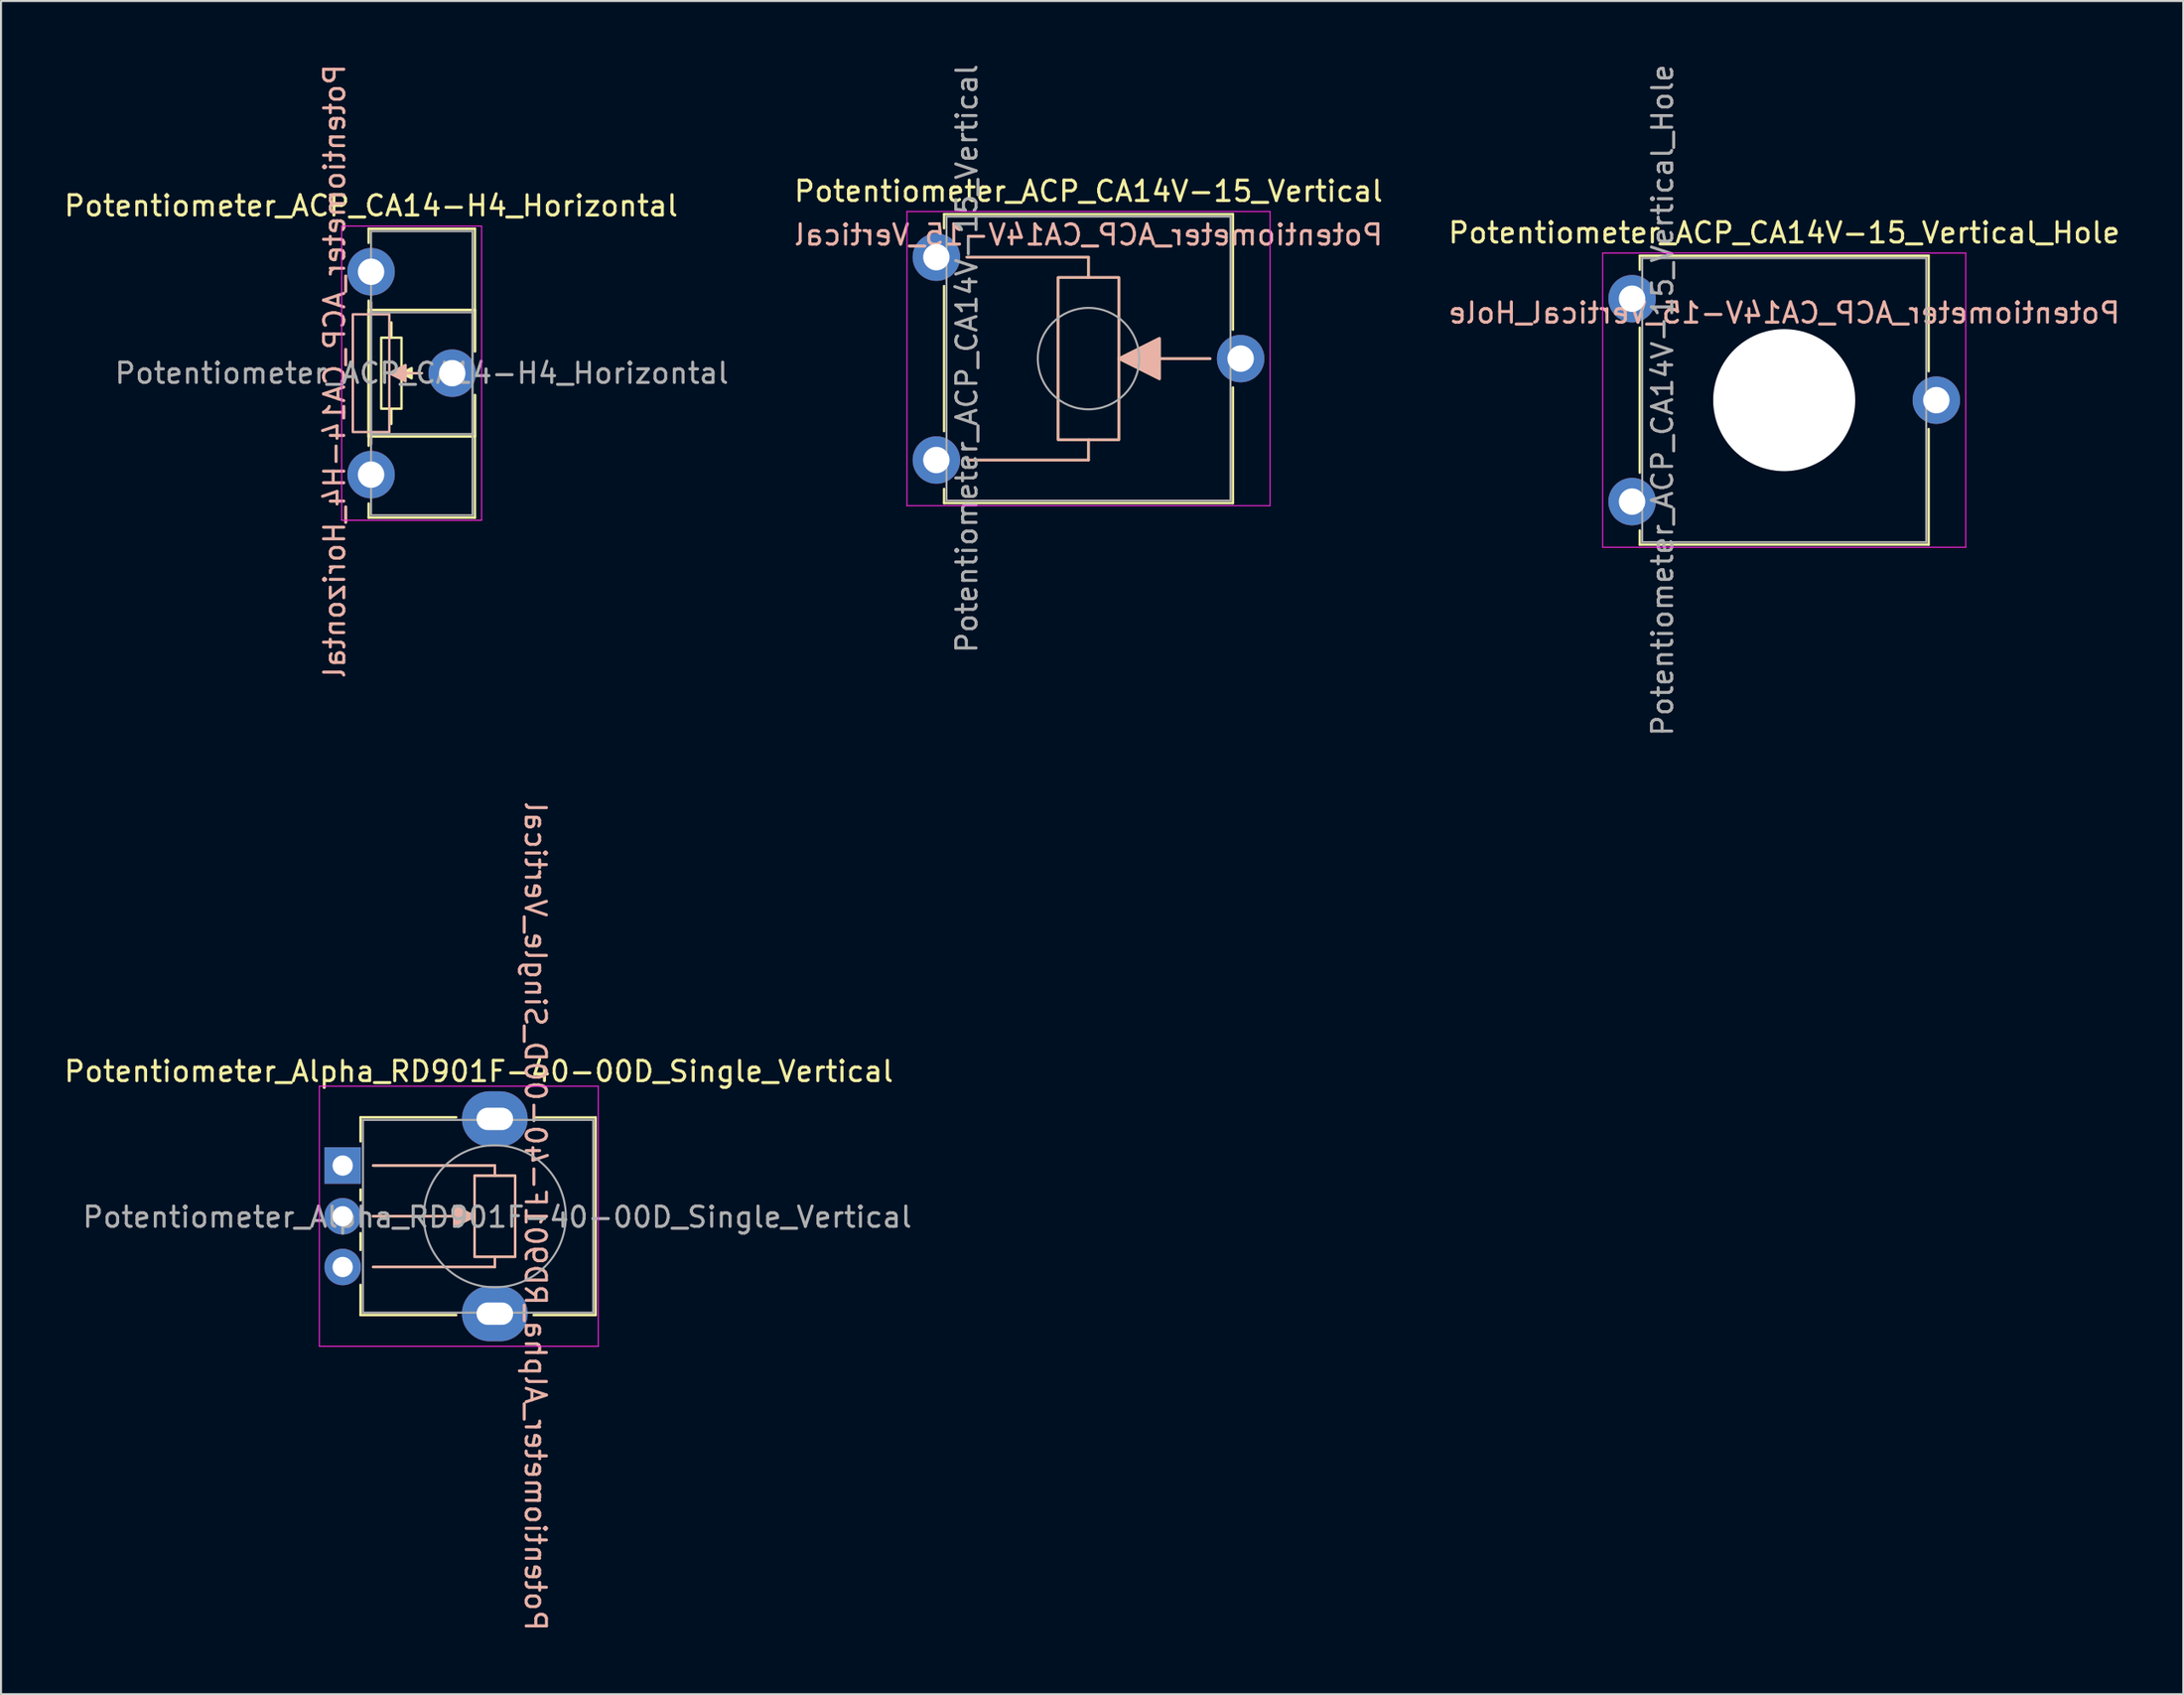
<source format=kicad_pcb>
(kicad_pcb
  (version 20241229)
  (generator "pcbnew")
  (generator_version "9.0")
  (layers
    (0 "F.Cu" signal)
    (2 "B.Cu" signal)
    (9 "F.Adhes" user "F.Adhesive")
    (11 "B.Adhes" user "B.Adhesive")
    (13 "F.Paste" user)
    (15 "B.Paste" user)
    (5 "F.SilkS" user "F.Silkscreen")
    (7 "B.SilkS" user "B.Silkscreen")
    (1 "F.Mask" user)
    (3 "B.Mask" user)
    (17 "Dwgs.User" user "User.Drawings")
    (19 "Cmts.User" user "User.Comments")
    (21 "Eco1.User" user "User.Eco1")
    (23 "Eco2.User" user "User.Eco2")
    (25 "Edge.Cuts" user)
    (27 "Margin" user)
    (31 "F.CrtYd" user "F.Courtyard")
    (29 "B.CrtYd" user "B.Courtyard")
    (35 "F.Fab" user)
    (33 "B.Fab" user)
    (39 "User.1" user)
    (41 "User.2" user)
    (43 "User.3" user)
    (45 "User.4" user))
  (footprint "Potentiometer_Alpha_RD901F-40-00D_Single_Vertical"
    (layer "F.Cu")
    (at 13.844 54.399)
    (property "Reference" "Potentiometer_Alpha_RD901F-40-00D_Single_Vertical" (at 6.71 -4.64 180) (layer "F.SilkS") (effects (font (size 1 1) (thickness 0.15))))
    (attr through_hole)
    (fp_line (start 0.88 -2.38) (end 5.6 -2.38) (stroke (width 0.12) (type solid)) (layer "F.SilkS"))
    (fp_line (start 0.88 -1.19) (end 0.88 -2.37) (stroke (width 0.12) (type solid)) (layer "F.SilkS"))
    (fp_line (start 0.88 1.71) (end 0.88 1.18) (stroke (width 0.12) (type solid)) (layer "F.SilkS"))
    (fp_line (start 0.88 4.16) (end 0.88 3.33) (stroke (width 0.12) (type solid)) (layer "F.SilkS"))
    (fp_line (start 0.88 7.37) (end 0.88 5.88) (stroke (width 0.12) (type solid)) (layer "F.SilkS"))
    (fp_line (start 0.88 7.37) (end 5.6 7.37) (stroke (width 0.12) (type solid)) (layer "F.SilkS"))
    (fp_line (start 1.5 2.5) (end 6.5 2.5) (stroke (width 0.12) (type solid)) (layer "F.SilkS"))
    (fp_line (start 7.5 0) (end 1.5 0) (stroke (width 0.12) (type solid)) (layer "F.SilkS"))
    (fp_line (start 7.5 0.5) (end 7.5 0) (stroke (width 0.12) (type solid)) (layer "F.SilkS"))
    (fp_line (start 7.5 4.5) (end 7.5 5) (stroke (width 0.12) (type solid)) (layer "F.SilkS"))
    (fp_line (start 7.5 5) (end 1.5 5) (stroke (width 0.12) (type solid)) (layer "F.SilkS"))
    (fp_line (start 9.41 -2.37) (end 12.47 -2.37) (stroke (width 0.12) (type solid)) (layer "F.SilkS"))
    (fp_line (start 9.41 7.37) (end 12.47 7.37) (stroke (width 0.12) (type solid)) (layer "F.SilkS"))
    (fp_line (start 12.47 7.37) (end 12.47 -2.37) (stroke (width 0.12) (type solid)) (layer "F.SilkS"))
    (fp_rect (start 6.5 0.5) (end 8.5 4.5) (stroke (width 0.12) (type solid)) (fill no) (layer "F.SilkS"))
    (fp_poly (pts (xy 6.5 2.5) (xy 5.5 3) (xy 5.5 2)) (stroke (width 0.12) (type solid)) (fill yes) (layer "F.SilkS"))
    (fp_line (start 1.5 0) (end 7.5 0) (stroke (width 0.12) (type solid)) (layer "B.SilkS"))
    (fp_line (start 1.5 2.5) (end 6.5 2.5) (stroke (width 0.12) (type solid)) (layer "B.SilkS"))
    (fp_line (start 7.5 0) (end 7.5 0.5) (stroke (width 0.12) (type solid)) (layer "B.SilkS"))
    (fp_line (start 7.5 4.5) (end 7.5 5) (stroke (width 0.12) (type solid)) (layer "B.SilkS"))
    (fp_line (start 7.5 5) (end 1.5 5) (stroke (width 0.12) (type solid)) (layer "B.SilkS"))
    (fp_rect (start 8.5 4.5) (end 6.5 0.5) (stroke (width 0.12) (type solid)) (fill no) (layer "B.SilkS"))
    (fp_poly (pts (xy 6.5 2.5) (xy 5.5 3) (xy 5.5 2)) (stroke (width 0.12) (type solid)) (fill yes) (layer "B.SilkS"))
    (fp_line (start -1.15 -3.91) (end -1.15 8.91) (stroke (width 0.05) (type solid)) (layer "F.CrtYd"))
    (fp_line (start -1.15 8.91) (end 12.6 8.91) (stroke (width 0.05) (type solid)) (layer "F.CrtYd"))
    (fp_line (start 12.6 -3.91) (end -1.15 -3.91) (stroke (width 0.05) (type solid)) (layer "F.CrtYd"))
    (fp_line (start 12.6 8.91) (end 12.6 -3.91) (stroke (width 0.05) (type solid)) (layer "F.CrtYd"))
    (fp_line (start 1 -2.25) (end 12.35 -2.25) (stroke (width 0.1) (type solid)) (layer "F.Fab"))
    (fp_line (start 1 7.25) (end 1 -2.25) (stroke (width 0.1) (type solid)) (layer "F.Fab"))
    (fp_line (start 1 7.25) (end 12.35 7.25) (stroke (width 0.1) (type solid)) (layer "F.Fab"))
    (fp_line (start 12.35 7.25) (end 12.35 -2.25) (stroke (width 0.1) (type solid)) (layer "F.Fab"))
    (fp_circle (center 7.5 2.5) (end 7.5 -1) (stroke (width 0.1) (type solid)) (fill no) (layer "F.Fab"))
    (fp_text user "${REFERENCE}" (at 9.5 2.5 270) (unlocked yes) (layer "B.SilkS") (effects (font (size 1 1) (thickness 0.15)) (justify mirror)))
    (fp_text user "${REFERENCE}" (at 7.62 2.54 0) (layer "F.Fab") (effects (font (size 1 1) (thickness 0.15))))
    (pad "" thru_hole oval (at 7.5 -2.3 90) (size 2.72 3.24) (drill oval 1.1 1.8) (layers "*.Cu" "*.Mask"))
    (pad "" thru_hole oval (at 7.5 7.3 90) (size 2.72 3.24) (drill oval 1.1 1.8) (layers "*.Cu" "*.Mask"))
    (pad "1" thru_hole rect (at 0 0 90) (size 1.8 1.8) (drill 1) (layers "*.Cu" "*.Mask"))
    (pad "2" thru_hole circle (at 0 2.5 90) (size 1.8 1.8) (drill 1) (layers "*.Cu" "*.Mask"))
    (pad "3" thru_hole circle (at 0 5 90) (size 1.8 1.8) (drill 1) (layers "*.Cu" "*.Mask")))
  (footprint "Potentiometer_ACP_CA14V-15_Vertical"
    (layer "F.Cu")
    (at 43.113 19.625)
    (property "Reference" "Potentiometer_ACP_CA14V-15_Vertical" (at 7.5 -13.25 0) (layer "F.SilkS") (effects (font (size 1 1) (thickness 0.15))))
    (attr through_hole)
    (fp_line (start 0.38 -12.12) (end 0.38 -11.426) (stroke (width 0.12) (type solid)) (layer "F.SilkS"))
    (fp_line (start 0.38 -12.12) (end 14.62 -12.12) (stroke (width 0.12) (type solid)) (layer "F.SilkS"))
    (fp_line (start 0.38 -8.574) (end 0.38 -1.425) (stroke (width 0.12) (type solid)) (layer "F.SilkS"))
    (fp_line (start 0.38 1.425) (end 0.38 2.12) (stroke (width 0.12) (type solid)) (layer "F.SilkS"))
    (fp_line (start 0.38 2.12) (end 14.62 2.12) (stroke (width 0.12) (type solid)) (layer "F.SilkS"))
    (fp_line (start 7.5 -10) (end 1.5 -10) (stroke (width 0.12) (type solid)) (layer "F.SilkS"))
    (fp_line (start 7.5 -9) (end 7.5 -10) (stroke (width 0.12) (type solid)) (layer "F.SilkS"))
    (fp_line (start 7.5 -1) (end 7.5 0) (stroke (width 0.12) (type solid)) (layer "F.SilkS"))
    (fp_line (start 7.5 0) (end 1.5 0) (stroke (width 0.12) (type solid)) (layer "F.SilkS"))
    (fp_line (start 13.5 -5) (end 9 -5) (stroke (width 0.12) (type solid)) (layer "F.SilkS"))
    (fp_line (start 14.62 -12.12) (end 14.62 -6.425) (stroke (width 0.12) (type solid)) (layer "F.SilkS"))
    (fp_line (start 14.62 -3.575) (end 14.62 2.12) (stroke (width 0.12) (type solid)) (layer "F.SilkS"))
    (fp_rect (start 6 -9) (end 9 -1) (stroke (width 0.12) (type solid)) (fill no) (layer "F.SilkS"))
    (fp_poly (pts (xy 11 -4) (xy 9 -5) (xy 11 -6)) (stroke (width 0.12) (type solid)) (fill yes) (layer "F.SilkS"))
    (fp_line (start 1.5 -10) (end 7.5 -10) (stroke (width 0.12) (type solid)) (layer "B.SilkS"))
    (fp_line (start 1.5 0) (end 7.5 0) (stroke (width 0.12) (type solid)) (layer "B.SilkS"))
    (fp_line (start 7.5 -10) (end 7.5 -9.1) (stroke (width 0.12) (type solid)) (layer "B.SilkS"))
    (fp_line (start 7.5 -9.1) (end 7.5 -9) (stroke (width 0.12) (type solid)) (layer "B.SilkS"))
    (fp_line (start 7.5 0) (end 7.5 -1) (stroke (width 0.12) (type solid)) (layer "B.SilkS"))
    (fp_line (start 13.5 -5) (end 9 -5) (stroke (width 0.12) (type solid)) (layer "B.SilkS"))
    (fp_rect (start 6 -9) (end 9 -1) (stroke (width 0.12) (type solid)) (fill no) (layer "B.SilkS"))
    (fp_poly (pts (xy 11 -4) (xy 9 -5) (xy 11 -6)) (stroke (width 0.12) (type solid)) (fill yes) (layer "B.SilkS"))
    (fp_line (start -1.45 -12.25) (end -1.45 2.25) (stroke (width 0.05) (type solid)) (layer "F.CrtYd"))
    (fp_line (start -1.45 2.25) (end 16.45 2.25) (stroke (width 0.05) (type solid)) (layer "F.CrtYd"))
    (fp_line (start 16.45 -12.25) (end -1.45 -12.25) (stroke (width 0.05) (type solid)) (layer "F.CrtYd"))
    (fp_line (start 16.45 2.25) (end 16.45 -12.25) (stroke (width 0.05) (type solid)) (layer "F.CrtYd"))
    (fp_line (start 0.5 -12) (end 0.5 2) (stroke (width 0.1) (type solid)) (layer "F.Fab"))
    (fp_line (start 0.5 2) (end 14.5 2) (stroke (width 0.1) (type solid)) (layer "F.Fab"))
    (fp_line (start 14.5 -12) (end 0.5 -12) (stroke (width 0.1) (type solid)) (layer "F.Fab"))
    (fp_line (start 14.5 2) (end 14.5 -12) (stroke (width 0.1) (type solid)) (layer "F.Fab"))
    (fp_circle (center 7.5 -5) (end 10 -5) (stroke (width 0.1) (type solid)) (fill no) (layer "F.Fab"))
    (fp_text user "${REFERENCE}" (at 7.5 -11.1 0) (unlocked yes) (layer "B.SilkS") (effects (font (size 1 1) (thickness 0.15)) (justify mirror)))
    (fp_text user "${REFERENCE}" (at 1.5 -5 90) (layer "F.Fab") (effects (font (size 1 1) (thickness 0.15))))
    (pad "1" thru_hole circle (at 0 0) (size 2.34 2.34) (drill 1.3) (layers "*.Cu" "*.Mask"))
    (pad "2" thru_hole circle (at 15 -5) (size 2.34 2.34) (drill 1.3) (layers "*.Cu" "*.Mask"))
    (pad "3" thru_hole circle (at 0 -10) (size 2.34 2.34) (drill 1.3) (layers "*.Cu" "*.Mask")))
  (footprint "Potentiometer_ACP_CA14V-15_Vertical_Hole"
    (layer "F.Cu")
    (at 77.411 21.673)
    (property "Reference" "Potentiometer_ACP_CA14V-15_Vertical_Hole" (at 7.5 -13.25 0) (layer "F.SilkS") (effects (font (size 1 1) (thickness 0.15))))
    (attr through_hole)
    (fp_line (start 0.38 -12.12) (end 0.38 -11.426) (stroke (width 0.12) (type solid)) (layer "F.SilkS"))
    (fp_line (start 0.38 -12.12) (end 14.62 -12.12) (stroke (width 0.12) (type solid)) (layer "F.SilkS"))
    (fp_line (start 0.38 -8.574) (end 0.38 -1.425) (stroke (width 0.12) (type solid)) (layer "F.SilkS"))
    (fp_line (start 0.38 1.425) (end 0.38 2.12) (stroke (width 0.12) (type solid)) (layer "F.SilkS"))
    (fp_line (start 0.38 2.12) (end 14.62 2.12) (stroke (width 0.12) (type solid)) (layer "F.SilkS"))
    (fp_line (start 14.62 -12.12) (end 14.62 -6.425) (stroke (width 0.12) (type solid)) (layer "F.SilkS"))
    (fp_line (start 14.62 -3.575) (end 14.62 2.12) (stroke (width 0.12) (type solid)) (layer "F.SilkS"))
    (fp_line (start -1.45 -12.25) (end -1.45 2.25) (stroke (width 0.05) (type solid)) (layer "F.CrtYd"))
    (fp_line (start -1.45 2.25) (end 16.45 2.25) (stroke (width 0.05) (type solid)) (layer "F.CrtYd"))
    (fp_line (start 16.45 -12.25) (end -1.45 -12.25) (stroke (width 0.05) (type solid)) (layer "F.CrtYd"))
    (fp_line (start 16.45 2.25) (end 16.45 -12.25) (stroke (width 0.05) (type solid)) (layer "F.CrtYd"))
    (fp_line (start 0.5 -12) (end 0.5 2) (stroke (width 0.1) (type solid)) (layer "F.Fab"))
    (fp_line (start 0.5 2) (end 14.5 2) (stroke (width 0.1) (type solid)) (layer "F.Fab"))
    (fp_line (start 14.5 -12) (end 0.5 -12) (stroke (width 0.1) (type solid)) (layer "F.Fab"))
    (fp_line (start 14.5 2) (end 14.5 -12) (stroke (width 0.1) (type solid)) (layer "F.Fab"))
    (fp_text user "${REFERENCE}" (at 7.5 -9.3 0) (unlocked yes) (layer "B.SilkS") (effects (font (size 1 1) (thickness 0.15)) (justify mirror)))
    (fp_text user "${REFERENCE}" (at 1.5 -5 90) (layer "F.Fab") (effects (font (size 1 1) (thickness 0.15))))
    (pad "" np_thru_hole circle (at 7.5 -5) (size 7 7) (drill 7) (layers "*.Cu" "*.Mask"))
    (pad "1" thru_hole circle (at 0 0) (size 2.34 2.34) (drill 1.3) (layers "*.Cu" "*.Mask"))
    (pad "2" thru_hole circle (at 15 -5) (size 2.34 2.34) (drill 1.3) (layers "*.Cu" "*.Mask"))
    (pad "3" thru_hole circle (at 0 -10) (size 2.34 2.34) (drill 1.3) (layers "*.Cu" "*.Mask")))
  (footprint "Potentiometer_ACP_CA14-H4_Horizontal"
    (layer "F.Cu")
    (at 15.244 10.344)
    (property "Reference" "Potentiometer_ACP_CA14-H4_Horizontal" (at 0 -3.25 0) (layer "F.SilkS") (effects (font (size 1 1) (thickness 0.15))))
    (attr through_hole)
    (fp_line (start -0.121 -2.12) (end -0.121 -1.426) (stroke (width 0.12) (type solid)) (layer "F.SilkS"))
    (fp_line (start -0.121 -2.12) (end 5.12 -2.12) (stroke (width 0.12) (type solid)) (layer "F.SilkS"))
    (fp_line (start -0.121 1.426) (end -0.121 8.575) (stroke (width 0.12) (type solid)) (layer "F.SilkS"))
    (fp_line (start -0.121 1.88) (end -0.121 8.121) (stroke (width 0.12) (type solid)) (layer "F.SilkS"))
    (fp_line (start -0.121 1.88) (end 5.12 1.88) (stroke (width 0.12) (type solid)) (layer "F.SilkS"))
    (fp_line (start -0.121 8.121) (end 5.12 8.121) (stroke (width 0.12) (type solid)) (layer "F.SilkS"))
    (fp_line (start -0.121 11.425) (end -0.121 12.12) (stroke (width 0.12) (type solid)) (layer "F.SilkS"))
    (fp_line (start -0.121 12.12) (end 5.12 12.12) (stroke (width 0.12) (type solid)) (layer "F.SilkS"))
    (fp_line (start 1 3.25) (end 1 2.5) (stroke (width 0.12) (type solid)) (layer "F.SilkS"))
    (fp_line (start 1 6.75) (end 1 7.5) (stroke (width 0.12) (type solid)) (layer "F.SilkS"))
    (fp_line (start 2.5 5) (end 1.5 5) (stroke (width 0.12) (type solid)) (layer "F.SilkS"))
    (fp_line (start 5.12 -2.12) (end 5.12 3.928) (stroke (width 0.12) (type solid)) (layer "F.SilkS"))
    (fp_line (start 5.12 1.88) (end 5.12 3.928) (stroke (width 0.12) (type solid)) (layer "F.SilkS"))
    (fp_line (start 5.12 6.073) (end 5.12 8.121) (stroke (width 0.12) (type solid)) (layer "F.SilkS"))
    (fp_line (start 5.12 6.073) (end 5.12 12.12) (stroke (width 0.12) (type solid)) (layer "F.SilkS"))
    (fp_rect (start 0.5 3.25) (end 1.5 6.75) (stroke (width 0.12) (type solid)) (fill no) (layer "F.SilkS"))
    (fp_poly (pts (xy 2 5.25) (xy 1.5 5) (xy 2 4.75)) (stroke (width 0.12) (type solid)) (fill yes) (layer "F.SilkS"))
    (fp_line (start 0 2.1) (end 0 1.5) (stroke (width 0.12) (type solid)) (layer "B.SilkS"))
    (fp_line (start 0 7.9) (end 0 8.5) (stroke (width 0.12) (type solid)) (layer "B.SilkS"))
    (fp_line (start 2.5 5) (end 0.9 5) (stroke (width 0.12) (type solid)) (layer "B.SilkS"))
    (fp_rect (start -0.9 2.1) (end 0.9 7.9) (stroke (width 0.12) (type solid)) (fill no) (layer "B.SilkS"))
    (fp_poly (pts (xy 1.7 5.4) (xy 0.9 5) (xy 1.7 4.6)) (stroke (width 0.12) (type solid)) (fill yes) (layer "B.SilkS"))
    (fp_line (start -1.45 -2.25) (end -1.45 12.25) (stroke (width 0.05) (type solid)) (layer "F.CrtYd"))
    (fp_line (start -1.45 12.25) (end 5.45 12.25) (stroke (width 0.05) (type solid)) (layer "F.CrtYd"))
    (fp_line (start 5.45 -2.25) (end -1.45 -2.25) (stroke (width 0.05) (type solid)) (layer "F.CrtYd"))
    (fp_line (start 5.45 12.25) (end 5.45 -2.25) (stroke (width 0.05) (type solid)) (layer "F.CrtYd"))
    (fp_line (start 0 -2) (end 5 -2) (stroke (width 0.1) (type solid)) (layer "F.Fab"))
    (fp_line (start 0 2) (end 0 8) (stroke (width 0.1) (type solid)) (layer "F.Fab"))
    (fp_line (start 0 8) (end 5 8) (stroke (width 0.1) (type solid)) (layer "F.Fab"))
    (fp_line (start 0 12) (end 0 -2) (stroke (width 0.1) (type solid)) (layer "F.Fab"))
    (fp_line (start 5 -2) (end 5 12) (stroke (width 0.1) (type solid)) (layer "F.Fab"))
    (fp_line (start 5 2) (end 0 2) (stroke (width 0.1) (type solid)) (layer "F.Fab"))
    (fp_line (start 5 8) (end 5 2) (stroke (width 0.1) (type solid)) (layer "F.Fab"))
    (fp_line (start 5 12) (end 0 12) (stroke (width 0.1) (type solid)) (layer "F.Fab"))
    (fp_text user "${REFERENCE}" (at -1.8 4.9 90) (unlocked yes) (layer "B.SilkS") (effects (font (size 1 1) (thickness 0.15)) (justify mirror)))
    (fp_text user "${REFERENCE}" (at 2.5 5 0) (layer "F.Fab") (effects (font (size 1 1) (thickness 0.15))))
    (pad "1" thru_hole circle (at 0 0) (size 2.34 2.34) (drill 1.3) (layers "*.Cu" "*.Mask"))
    (pad "2" thru_hole circle (at 4 5) (size 2.34 2.34) (drill 1.3) (layers "*.Cu" "*.Mask"))
    (pad "3" thru_hole circle (at 0 10) (size 2.34 2.34) (drill 1.3) (layers "*.Cu" "*.Mask")))
  (gr_rect
    (start -3 -3)
    (end 104.583 80.452)
    (stroke (width 0.1) (type default))
    (fill no)
    (layer "Edge.Cuts")))
</source>
